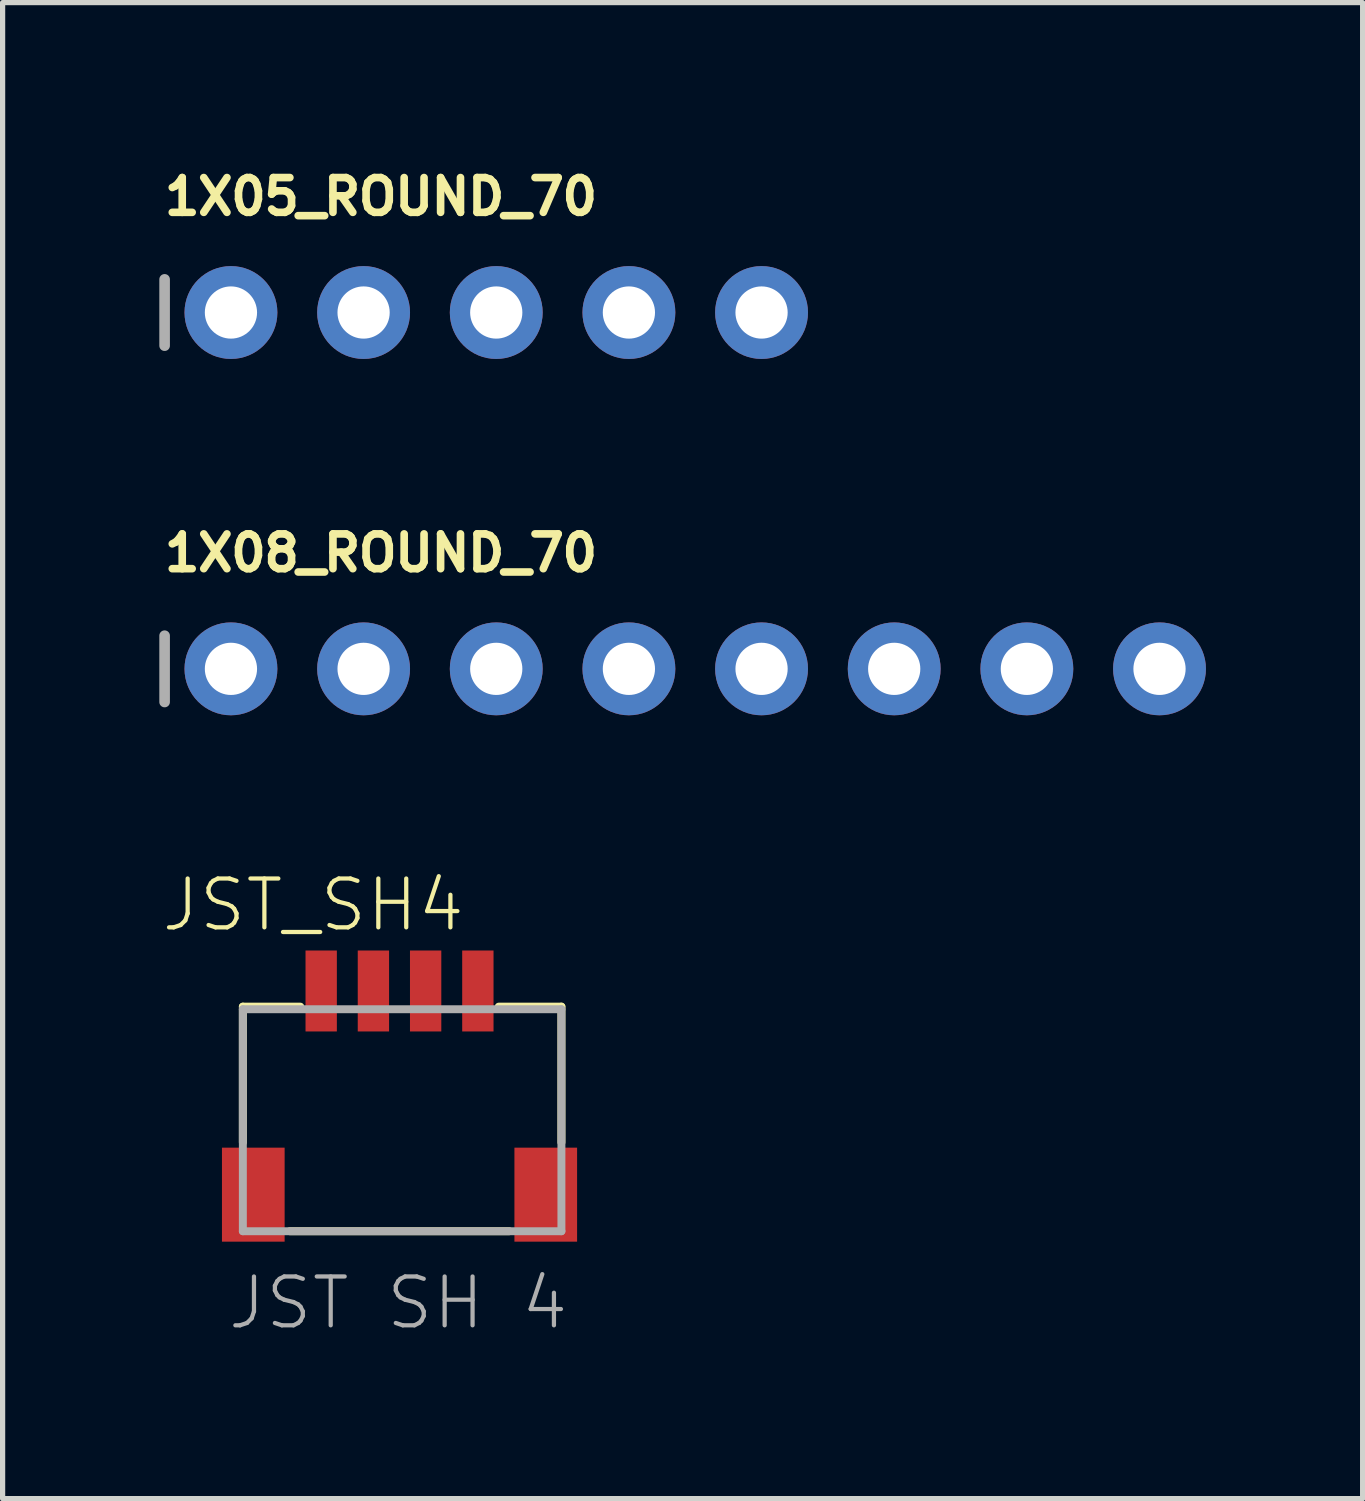
<source format=kicad_pcb>
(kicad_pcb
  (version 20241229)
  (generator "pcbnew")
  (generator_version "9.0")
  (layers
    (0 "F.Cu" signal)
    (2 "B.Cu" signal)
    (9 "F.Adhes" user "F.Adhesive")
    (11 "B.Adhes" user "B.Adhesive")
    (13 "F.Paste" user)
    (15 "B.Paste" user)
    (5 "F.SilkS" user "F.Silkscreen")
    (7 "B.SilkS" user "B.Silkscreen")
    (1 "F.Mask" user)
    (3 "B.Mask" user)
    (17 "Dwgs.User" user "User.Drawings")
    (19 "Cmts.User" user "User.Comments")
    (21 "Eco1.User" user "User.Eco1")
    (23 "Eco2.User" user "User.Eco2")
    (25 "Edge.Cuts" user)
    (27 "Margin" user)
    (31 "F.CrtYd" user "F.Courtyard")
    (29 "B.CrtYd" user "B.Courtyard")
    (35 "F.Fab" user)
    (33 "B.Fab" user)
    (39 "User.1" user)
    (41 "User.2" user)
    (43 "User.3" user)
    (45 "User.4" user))
  (footprint "1X08_ROUND_70"
    (layer "F.Cu")
    (at 10.262 9.757)
    (property "Reference" "1X08_ROUND_70" (at -10.236 -1.829 0) (unlocked yes) (layer "F.SilkS") (effects (font (size 0.666 0.666) (thickness 0.146)) (justify left bottom)))
    (fp_line (start -10.16 -0.635) (end -10.16 0.635) (stroke (width 0.203) (type solid)) (layer "F.Fab"))
    (fp_poly (pts (xy -9.144 0.254) (xy -8.636 0.254) (xy -8.636 -0.254) (xy -9.144 -0.254)) (stroke (width 0.1) (type default)) (fill no) (layer "F.Fab"))
    (fp_poly (pts (xy -6.604 0.254) (xy -6.096 0.254) (xy -6.096 -0.254) (xy -6.604 -0.254)) (stroke (width 0.1) (type default)) (fill no) (layer "F.Fab"))
    (fp_poly (pts (xy -4.064 0.254) (xy -3.556 0.254) (xy -3.556 -0.254) (xy -4.064 -0.254)) (stroke (width 0.1) (type default)) (fill no) (layer "F.Fab"))
    (fp_poly (pts (xy -1.524 0.254) (xy -1.016 0.254) (xy -1.016 -0.254) (xy -1.524 -0.254)) (stroke (width 0.1) (type default)) (fill no) (layer "F.Fab"))
    (fp_poly (pts (xy 1.016 0.254) (xy 1.524 0.254) (xy 1.524 -0.254) (xy 1.016 -0.254)) (stroke (width 0.1) (type default)) (fill no) (layer "F.Fab"))
    (fp_poly (pts (xy 3.556 0.254) (xy 4.064 0.254) (xy 4.064 -0.254) (xy 3.556 -0.254)) (stroke (width 0.1) (type default)) (fill no) (layer "F.Fab"))
    (fp_poly (pts (xy 6.096 0.254) (xy 6.604 0.254) (xy 6.604 -0.254) (xy 6.096 -0.254)) (stroke (width 0.1) (type default)) (fill no) (layer "F.Fab"))
    (fp_poly (pts (xy 8.636 0.254) (xy 9.144 0.254) (xy 9.144 -0.254) (xy 8.636 -0.254)) (stroke (width 0.1) (type default)) (fill no) (layer "F.Fab"))
    (pad "1" thru_hole circle (at -8.89 0 90) (size 1.778 1.778) (drill 1) (layers "*.Cu" "*.Mask"))
    (pad "2" thru_hole circle (at -6.35 0 90) (size 1.778 1.778) (drill 1) (layers "*.Cu" "*.Mask"))
    (pad "3" thru_hole circle (at -3.81 0 90) (size 1.778 1.778) (drill 1) (layers "*.Cu" "*.Mask"))
    (pad "4" thru_hole circle (at -1.27 0 90) (size 1.778 1.778) (drill 1) (layers "*.Cu" "*.Mask"))
    (pad "5" thru_hole circle (at 1.27 0 90) (size 1.778 1.778) (drill 1) (layers "*.Cu" "*.Mask"))
    (pad "6" thru_hole circle (at 3.81 0 90) (size 1.778 1.778) (drill 1) (layers "*.Cu" "*.Mask"))
    (pad "7" thru_hole circle (at 6.35 0 90) (size 1.778 1.778) (drill 1) (layers "*.Cu" "*.Mask"))
    (pad "8" thru_hole circle (at 8.89 0 90) (size 1.778 1.778) (drill 1) (layers "*.Cu" "*.Mask")))
  (footprint "JST_SH4"
    (layer "F.Cu")
    (at 4.6 18.439)
    (property "Reference" "JST_SH4" (at -4.6 -3.614 0) (unlocked yes) (layer "F.SilkS") (effects (font (size 0.935 0.935) (thickness 0.081)) (justify left bottom)))
    (fp_line (start -3 -2.214) (end -1.9 -2.214) (stroke (width 0.152) (type solid)) (layer "F.SilkS"))
    (fp_line (start -3 0.386) (end -3 -2.214) (stroke (width 0.152) (type solid)) (layer "F.SilkS"))
    (fp_line (start -2.1 2.086) (end 2.1 2.086) (stroke (width 0.152) (type solid)) (layer "F.SilkS"))
    (fp_line (start 1.9 -2.214) (end 3.1 -2.214) (stroke (width 0.152) (type solid)) (layer "F.SilkS"))
    (fp_line (start 3.1 -2.214) (end 3.1 0.386) (stroke (width 0.152) (type solid)) (layer "F.SilkS"))
    (fp_line (start -3 -2.164) (end 3.1 -2.164) (stroke (width 0.152) (type solid)) (layer "F.Fab"))
    (fp_line (start -3 2.086) (end -3 -2.164) (stroke (width 0.152) (type solid)) (layer "F.Fab"))
    (fp_line (start 3.1 -2.164) (end 3.1 2.086) (stroke (width 0.152) (type solid)) (layer "F.Fab"))
    (fp_line (start 3.1 2.086) (end -3 2.086) (stroke (width 0.152) (type solid)) (layer "F.Fab"))
    (fp_text user "JST SH 4" (at -3.33 4.006 0) (unlocked yes) (layer "F.Fab") (effects (font (size 0.935 0.935) (thickness 0.081)) (justify left bottom)))
    (pad "1" smd rect (at -1.5 -2.514 90) (size 1.55 0.6) (layers "F.Cu" "F.Mask" "F.Paste"))
    (pad "2" smd rect (at -0.5 -2.514 90) (size 1.55 0.6) (layers "F.Cu" "F.Mask" "F.Paste"))
    (pad "3" smd rect (at 0.5 -2.514 90) (size 1.55 0.6) (layers "F.Cu" "F.Mask" "F.Paste"))
    (pad "4" smd rect (at 1.5 -2.514 90) (size 1.55 0.6) (layers "F.Cu" "F.Mask" "F.Paste"))
    (pad "MT1" smd rect (at -2.8 1.386 90) (size 1.8 1.2) (layers "F.Cu" "F.Mask" "F.Paste"))
    (pad "MT2" smd rect (at 2.8 1.386 90) (size 1.8 1.2) (layers "F.Cu" "F.Mask" "F.Paste")))
  (footprint "1X05_ROUND_70"
    (layer "F.Cu")
    (at 6.452 2.934)
    (property "Reference" "1X05_ROUND_70" (at -6.426 -1.829 0) (unlocked yes) (layer "F.SilkS") (effects (font (size 0.666 0.666) (thickness 0.146)) (justify left bottom)))
    (fp_line (start -6.35 -0.635) (end -6.35 0.635) (stroke (width 0.203) (type solid)) (layer "F.Fab"))
    (fp_poly (pts (xy -5.334 0.254) (xy -4.826 0.254) (xy -4.826 -0.254) (xy -5.334 -0.254)) (stroke (width 0.1) (type default)) (fill no) (layer "F.Fab"))
    (fp_poly (pts (xy -2.794 0.254) (xy -2.286 0.254) (xy -2.286 -0.254) (xy -2.794 -0.254)) (stroke (width 0.1) (type default)) (fill no) (layer "F.Fab"))
    (fp_poly (pts (xy -0.254 0.254) (xy 0.254 0.254) (xy 0.254 -0.254) (xy -0.254 -0.254)) (stroke (width 0.1) (type default)) (fill no) (layer "F.Fab"))
    (fp_poly (pts (xy 2.286 0.254) (xy 2.794 0.254) (xy 2.794 -0.254) (xy 2.286 -0.254)) (stroke (width 0.1) (type default)) (fill no) (layer "F.Fab"))
    (fp_poly (pts (xy 4.826 0.254) (xy 5.334 0.254) (xy 5.334 -0.254) (xy 4.826 -0.254)) (stroke (width 0.1) (type default)) (fill no) (layer "F.Fab"))
    (pad "1" thru_hole circle (at -5.08 0 90) (size 1.778 1.778) (drill 1) (layers "*.Cu" "*.Mask"))
    (pad "2" thru_hole circle (at -2.54 0 90) (size 1.778 1.778) (drill 1) (layers "*.Cu" "*.Mask"))
    (pad "3" thru_hole circle (at 0 0 90) (size 1.778 1.778) (drill 1) (layers "*.Cu" "*.Mask"))
    (pad "4" thru_hole circle (at 2.54 0 90) (size 1.778 1.778) (drill 1) (layers "*.Cu" "*.Mask"))
    (pad "5" thru_hole circle (at 5.08 0 90) (size 1.778 1.778) (drill 1) (layers "*.Cu" "*.Mask")))
  (gr_rect
    (start -3 -3)
    (end 23.041 25.645)
    (stroke (width 0.1) (type default))
    (fill no)
    (layer "Edge.Cuts")))
</source>
